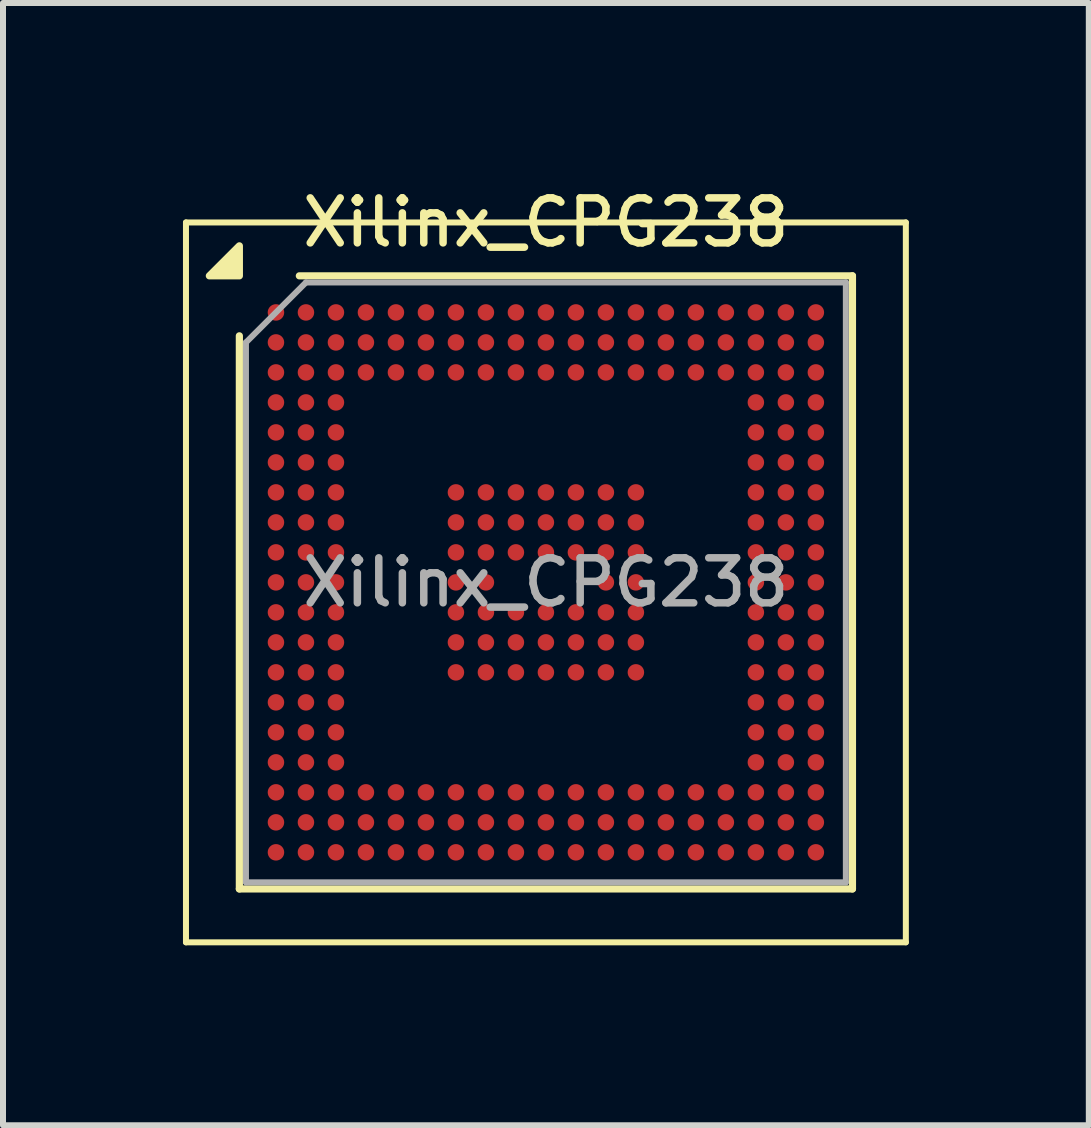
<source format=kicad_pcb>
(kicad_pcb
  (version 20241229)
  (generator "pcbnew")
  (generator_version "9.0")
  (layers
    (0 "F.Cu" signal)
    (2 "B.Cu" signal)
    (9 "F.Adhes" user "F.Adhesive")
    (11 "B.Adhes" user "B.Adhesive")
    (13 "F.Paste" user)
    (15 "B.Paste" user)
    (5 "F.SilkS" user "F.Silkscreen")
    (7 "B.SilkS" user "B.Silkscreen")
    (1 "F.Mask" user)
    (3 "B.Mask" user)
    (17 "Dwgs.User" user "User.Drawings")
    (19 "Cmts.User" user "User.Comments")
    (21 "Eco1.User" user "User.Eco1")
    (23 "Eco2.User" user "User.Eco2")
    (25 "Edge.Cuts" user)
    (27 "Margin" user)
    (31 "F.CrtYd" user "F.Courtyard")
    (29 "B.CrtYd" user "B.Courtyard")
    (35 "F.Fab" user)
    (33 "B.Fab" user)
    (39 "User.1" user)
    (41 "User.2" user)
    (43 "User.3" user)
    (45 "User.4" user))
  (footprint "Xilinx_CPG238"
    (layer "F.Cu")
    (at 6.05 6.658)
    (property "Reference" "Xilinx_CPG238" (at 0 -6 0) (layer "F.SilkS") (effects (font (size 0.75 0.75) (thickness 0.125))))
    (attr smd)
    (fp_line (start -6 -6) (end -6 6) (stroke (width 0.1) (type solid)) (layer "F.SilkS"))
    (fp_line (start -6 6) (end 6 6) (stroke (width 0.1) (type solid)) (layer "F.SilkS"))
    (fp_line (start -5.11 5.11) (end -5.11 -4.11) (stroke (width 0.12) (type solid)) (layer "F.SilkS"))
    (fp_line (start -4.11 -5.11) (end 5.11 -5.11) (stroke (width 0.12) (type solid)) (layer "F.SilkS"))
    (fp_line (start 5.11 -5.11) (end 5.11 5.11) (stroke (width 0.12) (type solid)) (layer "F.SilkS"))
    (fp_line (start 5.11 5.11) (end -5.11 5.11) (stroke (width 0.12) (type solid)) (layer "F.SilkS"))
    (fp_line (start 6 -6) (end -6 -6) (stroke (width 0.1) (type solid)) (layer "F.SilkS"))
    (fp_line (start 6 6) (end 6 -6) (stroke (width 0.1) (type solid)) (layer "F.SilkS"))
    (fp_poly (pts (xy -5.11 -5.11) (xy -5.61 -5.11) (xy -5.11 -5.61) (xy -5.11 -5.11)) (stroke (width 0.12) (type solid)) (fill yes) (layer "F.SilkS"))
    (fp_line (start -5 -4) (end -4 -5) (stroke (width 0.1) (type solid)) (layer "F.Fab"))
    (fp_line (start -5 5) (end -5 -4) (stroke (width 0.1) (type solid)) (layer "F.Fab"))
    (fp_line (start -4 -5) (end 5 -5) (stroke (width 0.1) (type solid)) (layer "F.Fab"))
    (fp_line (start 5 -5) (end 5 5) (stroke (width 0.1) (type solid)) (layer "F.Fab"))
    (fp_line (start 5 5) (end -5 5) (stroke (width 0.1) (type solid)) (layer "F.Fab"))
    (fp_text user "${REFERENCE}" (at 0 0 0) (layer "F.Fab") (effects (font (size 0.75 0.75) (thickness 0.125))))
    (pad "A1" smd circle (at -4.5 -4.5) (size 0.275 0.275) (property pad_prop_bga) (layers "F.Cu" "F.Mask" "F.Paste"))
    (pad "A2" smd circle (at -4 -4.5) (size 0.275 0.275) (property pad_prop_bga) (layers "F.Cu" "F.Mask" "F.Paste"))
    (pad "A3" smd circle (at -3.5 -4.5) (size 0.275 0.275) (property pad_prop_bga) (layers "F.Cu" "F.Mask" "F.Paste"))
    (pad "A4" smd circle (at -3 -4.5) (size 0.275 0.275) (property pad_prop_bga) (layers "F.Cu" "F.Mask" "F.Paste"))
    (pad "A5" smd circle (at -2.5 -4.5) (size 0.275 0.275) (property pad_prop_bga) (layers "F.Cu" "F.Mask" "F.Paste"))
    (pad "A6" smd circle (at -2 -4.5) (size 0.275 0.275) (property pad_prop_bga) (layers "F.Cu" "F.Mask" "F.Paste"))
    (pad "A7" smd circle (at -1.5 -4.5) (size 0.275 0.275) (property pad_prop_bga) (layers "F.Cu" "F.Mask" "F.Paste"))
    (pad "A8" smd circle (at -1 -4.5) (size 0.275 0.275) (property pad_prop_bga) (layers "F.Cu" "F.Mask" "F.Paste"))
    (pad "A9" smd circle (at -0.5 -4.5) (size 0.275 0.275) (property pad_prop_bga) (layers "F.Cu" "F.Mask" "F.Paste"))
    (pad "A10" smd circle (at 0 -4.5) (size 0.275 0.275) (property pad_prop_bga) (layers "F.Cu" "F.Mask" "F.Paste"))
    (pad "A11" smd circle (at 0.5 -4.5) (size 0.275 0.275) (property pad_prop_bga) (layers "F.Cu" "F.Mask" "F.Paste"))
    (pad "A12" smd circle (at 1 -4.5) (size 0.275 0.275) (property pad_prop_bga) (layers "F.Cu" "F.Mask" "F.Paste"))
    (pad "A13" smd circle (at 1.5 -4.5) (size 0.275 0.275) (property pad_prop_bga) (layers "F.Cu" "F.Mask" "F.Paste"))
    (pad "A14" smd circle (at 2 -4.5) (size 0.275 0.275) (property pad_prop_bga) (layers "F.Cu" "F.Mask" "F.Paste"))
    (pad "A15" smd circle (at 2.5 -4.5) (size 0.275 0.275) (property pad_prop_bga) (layers "F.Cu" "F.Mask" "F.Paste"))
    (pad "A16" smd circle (at 3 -4.5) (size 0.275 0.275) (property pad_prop_bga) (layers "F.Cu" "F.Mask" "F.Paste"))
    (pad "A17" smd circle (at 3.5 -4.5) (size 0.275 0.275) (property pad_prop_bga) (layers "F.Cu" "F.Mask" "F.Paste"))
    (pad "A18" smd circle (at 4 -4.5) (size 0.275 0.275) (property pad_prop_bga) (layers "F.Cu" "F.Mask" "F.Paste"))
    (pad "A19" smd circle (at 4.5 -4.5) (size 0.275 0.275) (property pad_prop_bga) (layers "F.Cu" "F.Mask" "F.Paste"))
    (pad "B1" smd circle (at -4.5 -4) (size 0.275 0.275) (property pad_prop_bga) (layers "F.Cu" "F.Mask" "F.Paste"))
    (pad "B2" smd circle (at -4 -4) (size 0.275 0.275) (property pad_prop_bga) (layers "F.Cu" "F.Mask" "F.Paste"))
    (pad "B3" smd circle (at -3.5 -4) (size 0.275 0.275) (property pad_prop_bga) (layers "F.Cu" "F.Mask" "F.Paste"))
    (pad "B4" smd circle (at -3 -4) (size 0.275 0.275) (property pad_prop_bga) (layers "F.Cu" "F.Mask" "F.Paste"))
    (pad "B5" smd circle (at -2.5 -4) (size 0.275 0.275) (property pad_prop_bga) (layers "F.Cu" "F.Mask" "F.Paste"))
    (pad "B6" smd circle (at -2 -4) (size 0.275 0.275) (property pad_prop_bga) (layers "F.Cu" "F.Mask" "F.Paste"))
    (pad "B7" smd circle (at -1.5 -4) (size 0.275 0.275) (property pad_prop_bga) (layers "F.Cu" "F.Mask" "F.Paste"))
    (pad "B8" smd circle (at -1 -4) (size 0.275 0.275) (property pad_prop_bga) (layers "F.Cu" "F.Mask" "F.Paste"))
    (pad "B9" smd circle (at -0.5 -4) (size 0.275 0.275) (property pad_prop_bga) (layers "F.Cu" "F.Mask" "F.Paste"))
    (pad "B10" smd circle (at 0 -4) (size 0.275 0.275) (property pad_prop_bga) (layers "F.Cu" "F.Mask" "F.Paste"))
    (pad "B11" smd circle (at 0.5 -4) (size 0.275 0.275) (property pad_prop_bga) (layers "F.Cu" "F.Mask" "F.Paste"))
    (pad "B12" smd circle (at 1 -4) (size 0.275 0.275) (property pad_prop_bga) (layers "F.Cu" "F.Mask" "F.Paste"))
    (pad "B13" smd circle (at 1.5 -4) (size 0.275 0.275) (property pad_prop_bga) (layers "F.Cu" "F.Mask" "F.Paste"))
    (pad "B14" smd circle (at 2 -4) (size 0.275 0.275) (property pad_prop_bga) (layers "F.Cu" "F.Mask" "F.Paste"))
    (pad "B15" smd circle (at 2.5 -4) (size 0.275 0.275) (property pad_prop_bga) (layers "F.Cu" "F.Mask" "F.Paste"))
    (pad "B16" smd circle (at 3 -4) (size 0.275 0.275) (property pad_prop_bga) (layers "F.Cu" "F.Mask" "F.Paste"))
    (pad "B17" smd circle (at 3.5 -4) (size 0.275 0.275) (property pad_prop_bga) (layers "F.Cu" "F.Mask" "F.Paste"))
    (pad "B18" smd circle (at 4 -4) (size 0.275 0.275) (property pad_prop_bga) (layers "F.Cu" "F.Mask" "F.Paste"))
    (pad "B19" smd circle (at 4.5 -4) (size 0.275 0.275) (property pad_prop_bga) (layers "F.Cu" "F.Mask" "F.Paste"))
    (pad "C1" smd circle (at -4.5 -3.5) (size 0.275 0.275) (property pad_prop_bga) (layers "F.Cu" "F.Mask" "F.Paste"))
    (pad "C2" smd circle (at -4 -3.5) (size 0.275 0.275) (property pad_prop_bga) (layers "F.Cu" "F.Mask" "F.Paste"))
    (pad "C3" smd circle (at -3.5 -3.5) (size 0.275 0.275) (property pad_prop_bga) (layers "F.Cu" "F.Mask" "F.Paste"))
    (pad "C4" smd circle (at -3 -3.5) (size 0.275 0.275) (property pad_prop_bga) (layers "F.Cu" "F.Mask" "F.Paste"))
    (pad "C5" smd circle (at -2.5 -3.5) (size 0.275 0.275) (property pad_prop_bga) (layers "F.Cu" "F.Mask" "F.Paste"))
    (pad "C6" smd circle (at -2 -3.5) (size 0.275 0.275) (property pad_prop_bga) (layers "F.Cu" "F.Mask" "F.Paste"))
    (pad "C7" smd circle (at -1.5 -3.5) (size 0.275 0.275) (property pad_prop_bga) (layers "F.Cu" "F.Mask" "F.Paste"))
    (pad "C8" smd circle (at -1 -3.5) (size 0.275 0.275) (property pad_prop_bga) (layers "F.Cu" "F.Mask" "F.Paste"))
    (pad "C9" smd circle (at -0.5 -3.5) (size 0.275 0.275) (property pad_prop_bga) (layers "F.Cu" "F.Mask" "F.Paste"))
    (pad "C10" smd circle (at 0 -3.5) (size 0.275 0.275) (property pad_prop_bga) (layers "F.Cu" "F.Mask" "F.Paste"))
    (pad "C11" smd circle (at 0.5 -3.5) (size 0.275 0.275) (property pad_prop_bga) (layers "F.Cu" "F.Mask" "F.Paste"))
    (pad "C12" smd circle (at 1 -3.5) (size 0.275 0.275) (property pad_prop_bga) (layers "F.Cu" "F.Mask" "F.Paste"))
    (pad "C13" smd circle (at 1.5 -3.5) (size 0.275 0.275) (property pad_prop_bga) (layers "F.Cu" "F.Mask" "F.Paste"))
    (pad "C14" smd circle (at 2 -3.5) (size 0.275 0.275) (property pad_prop_bga) (layers "F.Cu" "F.Mask" "F.Paste"))
    (pad "C15" smd circle (at 2.5 -3.5) (size 0.275 0.275) (property pad_prop_bga) (layers "F.Cu" "F.Mask" "F.Paste"))
    (pad "C16" smd circle (at 3 -3.5) (size 0.275 0.275) (property pad_prop_bga) (layers "F.Cu" "F.Mask" "F.Paste"))
    (pad "C17" smd circle (at 3.5 -3.5) (size 0.275 0.275) (property pad_prop_bga) (layers "F.Cu" "F.Mask" "F.Paste"))
    (pad "C18" smd circle (at 4 -3.5) (size 0.275 0.275) (property pad_prop_bga) (layers "F.Cu" "F.Mask" "F.Paste"))
    (pad "C19" smd circle (at 4.5 -3.5) (size 0.275 0.275) (property pad_prop_bga) (layers "F.Cu" "F.Mask" "F.Paste"))
    (pad "D1" smd circle (at -4.5 -3) (size 0.275 0.275) (property pad_prop_bga) (layers "F.Cu" "F.Mask" "F.Paste"))
    (pad "D2" smd circle (at -4 -3) (size 0.275 0.275) (property pad_prop_bga) (layers "F.Cu" "F.Mask" "F.Paste"))
    (pad "D3" smd circle (at -3.5 -3) (size 0.275 0.275) (property pad_prop_bga) (layers "F.Cu" "F.Mask" "F.Paste"))
    (pad "D17" smd circle (at 3.5 -3) (size 0.275 0.275) (property pad_prop_bga) (layers "F.Cu" "F.Mask" "F.Paste"))
    (pad "D18" smd circle (at 4 -3) (size 0.275 0.275) (property pad_prop_bga) (layers "F.Cu" "F.Mask" "F.Paste"))
    (pad "D19" smd circle (at 4.5 -3) (size 0.275 0.275) (property pad_prop_bga) (layers "F.Cu" "F.Mask" "F.Paste"))
    (pad "E1" smd circle (at -4.5 -2.5) (size 0.275 0.275) (property pad_prop_bga) (layers "F.Cu" "F.Mask" "F.Paste"))
    (pad "E2" smd circle (at -4 -2.5) (size 0.275 0.275) (property pad_prop_bga) (layers "F.Cu" "F.Mask" "F.Paste"))
    (pad "E3" smd circle (at -3.5 -2.5) (size 0.275 0.275) (property pad_prop_bga) (layers "F.Cu" "F.Mask" "F.Paste"))
    (pad "E17" smd circle (at 3.5 -2.5) (size 0.275 0.275) (property pad_prop_bga) (layers "F.Cu" "F.Mask" "F.Paste"))
    (pad "E18" smd circle (at 4 -2.5) (size 0.275 0.275) (property pad_prop_bga) (layers "F.Cu" "F.Mask" "F.Paste"))
    (pad "E19" smd circle (at 4.5 -2.5) (size 0.275 0.275) (property pad_prop_bga) (layers "F.Cu" "F.Mask" "F.Paste"))
    (pad "F1" smd circle (at -4.5 -2) (size 0.275 0.275) (property pad_prop_bga) (layers "F.Cu" "F.Mask" "F.Paste"))
    (pad "F2" smd circle (at -4 -2) (size 0.275 0.275) (property pad_prop_bga) (layers "F.Cu" "F.Mask" "F.Paste"))
    (pad "F3" smd circle (at -3.5 -2) (size 0.275 0.275) (property pad_prop_bga) (layers "F.Cu" "F.Mask" "F.Paste"))
    (pad "F17" smd circle (at 3.5 -2) (size 0.275 0.275) (property pad_prop_bga) (layers "F.Cu" "F.Mask" "F.Paste"))
    (pad "F18" smd circle (at 4 -2) (size 0.275 0.275) (property pad_prop_bga) (layers "F.Cu" "F.Mask" "F.Paste"))
    (pad "F19" smd circle (at 4.5 -2) (size 0.275 0.275) (property pad_prop_bga) (layers "F.Cu" "F.Mask" "F.Paste"))
    (pad "G1" smd circle (at -4.5 -1.5) (size 0.275 0.275) (property pad_prop_bga) (layers "F.Cu" "F.Mask" "F.Paste"))
    (pad "G2" smd circle (at -4 -1.5) (size 0.275 0.275) (property pad_prop_bga) (layers "F.Cu" "F.Mask" "F.Paste"))
    (pad "G3" smd circle (at -3.5 -1.5) (size 0.275 0.275) (property pad_prop_bga) (layers "F.Cu" "F.Mask" "F.Paste"))
    (pad "G7" smd circle (at -1.5 -1.5) (size 0.275 0.275) (property pad_prop_bga) (layers "F.Cu" "F.Mask" "F.Paste"))
    (pad "G8" smd circle (at -1 -1.5) (size 0.275 0.275) (property pad_prop_bga) (layers "F.Cu" "F.Mask" "F.Paste"))
    (pad "G9" smd circle (at -0.5 -1.5) (size 0.275 0.275) (property pad_prop_bga) (layers "F.Cu" "F.Mask" "F.Paste"))
    (pad "G10" smd circle (at 0 -1.5) (size 0.275 0.275) (property pad_prop_bga) (layers "F.Cu" "F.Mask" "F.Paste"))
    (pad "G11" smd circle (at 0.5 -1.5) (size 0.275 0.275) (property pad_prop_bga) (layers "F.Cu" "F.Mask" "F.Paste"))
    (pad "G12" smd circle (at 1 -1.5) (size 0.275 0.275) (property pad_prop_bga) (layers "F.Cu" "F.Mask" "F.Paste"))
    (pad "G13" smd circle (at 1.5 -1.5) (size 0.275 0.275) (property pad_prop_bga) (layers "F.Cu" "F.Mask" "F.Paste"))
    (pad "G17" smd circle (at 3.5 -1.5) (size 0.275 0.275) (property pad_prop_bga) (layers "F.Cu" "F.Mask" "F.Paste"))
    (pad "G18" smd circle (at 4 -1.5) (size 0.275 0.275) (property pad_prop_bga) (layers "F.Cu" "F.Mask" "F.Paste"))
    (pad "G19" smd circle (at 4.5 -1.5) (size 0.275 0.275) (property pad_prop_bga) (layers "F.Cu" "F.Mask" "F.Paste"))
    (pad "H1" smd circle (at -4.5 -1) (size 0.275 0.275) (property pad_prop_bga) (layers "F.Cu" "F.Mask" "F.Paste"))
    (pad "H2" smd circle (at -4 -1) (size 0.275 0.275) (property pad_prop_bga) (layers "F.Cu" "F.Mask" "F.Paste"))
    (pad "H3" smd circle (at -3.5 -1) (size 0.275 0.275) (property pad_prop_bga) (layers "F.Cu" "F.Mask" "F.Paste"))
    (pad "H7" smd circle (at -1.5 -1) (size 0.275 0.275) (property pad_prop_bga) (layers "F.Cu" "F.Mask" "F.Paste"))
    (pad "H8" smd circle (at -1 -1) (size 0.275 0.275) (property pad_prop_bga) (layers "F.Cu" "F.Mask" "F.Paste"))
    (pad "H9" smd circle (at -0.5 -1) (size 0.275 0.275) (property pad_prop_bga) (layers "F.Cu" "F.Mask" "F.Paste"))
    (pad "H10" smd circle (at 0 -1) (size 0.275 0.275) (property pad_prop_bga) (layers "F.Cu" "F.Mask" "F.Paste"))
    (pad "H11" smd circle (at 0.5 -1) (size 0.275 0.275) (property pad_prop_bga) (layers "F.Cu" "F.Mask" "F.Paste"))
    (pad "H12" smd circle (at 1 -1) (size 0.275 0.275) (property pad_prop_bga) (layers "F.Cu" "F.Mask" "F.Paste"))
    (pad "H13" smd circle (at 1.5 -1) (size 0.275 0.275) (property pad_prop_bga) (layers "F.Cu" "F.Mask" "F.Paste"))
    (pad "H17" smd circle (at 3.5 -1) (size 0.275 0.275) (property pad_prop_bga) (layers "F.Cu" "F.Mask" "F.Paste"))
    (pad "H18" smd circle (at 4 -1) (size 0.275 0.275) (property pad_prop_bga) (layers "F.Cu" "F.Mask" "F.Paste"))
    (pad "H19" smd circle (at 4.5 -1) (size 0.275 0.275) (property pad_prop_bga) (layers "F.Cu" "F.Mask" "F.Paste"))
    (pad "J1" smd circle (at -4.5 -0.5) (size 0.275 0.275) (property pad_prop_bga) (layers "F.Cu" "F.Mask" "F.Paste"))
    (pad "J2" smd circle (at -4 -0.5) (size 0.275 0.275) (property pad_prop_bga) (layers "F.Cu" "F.Mask" "F.Paste"))
    (pad "J3" smd circle (at -3.5 -0.5) (size 0.275 0.275) (property pad_prop_bga) (layers "F.Cu" "F.Mask" "F.Paste"))
    (pad "J7" smd circle (at -1.5 -0.5) (size 0.275 0.275) (property pad_prop_bga) (layers "F.Cu" "F.Mask" "F.Paste"))
    (pad "J8" smd circle (at -1 -0.5) (size 0.275 0.275) (property pad_prop_bga) (layers "F.Cu" "F.Mask" "F.Paste"))
    (pad "J9" smd circle (at -0.5 -0.5) (size 0.275 0.275) (property pad_prop_bga) (layers "F.Cu" "F.Mask" "F.Paste"))
    (pad "J10" smd circle (at 0 -0.5) (size 0.275 0.275) (property pad_prop_bga) (layers "F.Cu" "F.Mask" "F.Paste"))
    (pad "J11" smd circle (at 0.5 -0.5) (size 0.275 0.275) (property pad_prop_bga) (layers "F.Cu" "F.Mask" "F.Paste"))
    (pad "J12" smd circle (at 1 -0.5) (size 0.275 0.275) (property pad_prop_bga) (layers "F.Cu" "F.Mask" "F.Paste"))
    (pad "J13" smd circle (at 1.5 -0.5) (size 0.275 0.275) (property pad_prop_bga) (layers "F.Cu" "F.Mask" "F.Paste"))
    (pad "J17" smd circle (at 3.5 -0.5) (size 0.275 0.275) (property pad_prop_bga) (layers "F.Cu" "F.Mask" "F.Paste"))
    (pad "J18" smd circle (at 4 -0.5) (size 0.275 0.275) (property pad_prop_bga) (layers "F.Cu" "F.Mask" "F.Paste"))
    (pad "J19" smd circle (at 4.5 -0.5) (size 0.275 0.275) (property pad_prop_bga) (layers "F.Cu" "F.Mask" "F.Paste"))
    (pad "K1" smd circle (at -4.5 0) (size 0.275 0.275) (property pad_prop_bga) (layers "F.Cu" "F.Mask" "F.Paste"))
    (pad "K2" smd circle (at -4 0) (size 0.275 0.275) (property pad_prop_bga) (layers "F.Cu" "F.Mask" "F.Paste"))
    (pad "K3" smd circle (at -3.5 0) (size 0.275 0.275) (property pad_prop_bga) (layers "F.Cu" "F.Mask" "F.Paste"))
    (pad "K7" smd circle (at -1.5 0) (size 0.275 0.275) (property pad_prop_bga) (layers "F.Cu" "F.Mask" "F.Paste"))
    (pad "K8" smd circle (at -1 0) (size 0.275 0.275) (property pad_prop_bga) (layers "F.Cu" "F.Mask" "F.Paste"))
    (pad "K12" smd circle (at 1 0) (size 0.275 0.275) (property pad_prop_bga) (layers "F.Cu" "F.Mask" "F.Paste"))
    (pad "K13" smd circle (at 1.5 0) (size 0.275 0.275) (property pad_prop_bga) (layers "F.Cu" "F.Mask" "F.Paste"))
    (pad "K17" smd circle (at 3.5 0) (size 0.275 0.275) (property pad_prop_bga) (layers "F.Cu" "F.Mask" "F.Paste"))
    (pad "K18" smd circle (at 4 0) (size 0.275 0.275) (property pad_prop_bga) (layers "F.Cu" "F.Mask" "F.Paste"))
    (pad "K19" smd circle (at 4.5 0) (size 0.275 0.275) (property pad_prop_bga) (layers "F.Cu" "F.Mask" "F.Paste"))
    (pad "L1" smd circle (at -4.5 0.5) (size 0.275 0.275) (property pad_prop_bga) (layers "F.Cu" "F.Mask" "F.Paste"))
    (pad "L2" smd circle (at -4 0.5) (size 0.275 0.275) (property pad_prop_bga) (layers "F.Cu" "F.Mask" "F.Paste"))
    (pad "L3" smd circle (at -3.5 0.5) (size 0.275 0.275) (property pad_prop_bga) (layers "F.Cu" "F.Mask" "F.Paste"))
    (pad "L7" smd circle (at -1.5 0.5) (size 0.275 0.275) (property pad_prop_bga) (layers "F.Cu" "F.Mask" "F.Paste"))
    (pad "L8" smd circle (at -1 0.5) (size 0.275 0.275) (property pad_prop_bga) (layers "F.Cu" "F.Mask" "F.Paste"))
    (pad "L9" smd circle (at -0.5 0.5) (size 0.275 0.275) (property pad_prop_bga) (layers "F.Cu" "F.Mask" "F.Paste"))
    (pad "L10" smd circle (at 0 0.5) (size 0.275 0.275) (property pad_prop_bga) (layers "F.Cu" "F.Mask" "F.Paste"))
    (pad "L11" smd circle (at 0.5 0.5) (size 0.275 0.275) (property pad_prop_bga) (layers "F.Cu" "F.Mask" "F.Paste"))
    (pad "L12" smd circle (at 1 0.5) (size 0.275 0.275) (property pad_prop_bga) (layers "F.Cu" "F.Mask" "F.Paste"))
    (pad "L13" smd circle (at 1.5 0.5) (size 0.275 0.275) (property pad_prop_bga) (layers "F.Cu" "F.Mask" "F.Paste"))
    (pad "L17" smd circle (at 3.5 0.5) (size 0.275 0.275) (property pad_prop_bga) (layers "F.Cu" "F.Mask" "F.Paste"))
    (pad "L18" smd circle (at 4 0.5) (size 0.275 0.275) (property pad_prop_bga) (layers "F.Cu" "F.Mask" "F.Paste"))
    (pad "L19" smd circle (at 4.5 0.5) (size 0.275 0.275) (property pad_prop_bga) (layers "F.Cu" "F.Mask" "F.Paste"))
    (pad "M1" smd circle (at -4.5 1) (size 0.275 0.275) (property pad_prop_bga) (layers "F.Cu" "F.Mask" "F.Paste"))
    (pad "M2" smd circle (at -4 1) (size 0.275 0.275) (property pad_prop_bga) (layers "F.Cu" "F.Mask" "F.Paste"))
    (pad "M3" smd circle (at -3.5 1) (size 0.275 0.275) (property pad_prop_bga) (layers "F.Cu" "F.Mask" "F.Paste"))
    (pad "M7" smd circle (at -1.5 1) (size 0.275 0.275) (property pad_prop_bga) (layers "F.Cu" "F.Mask" "F.Paste"))
    (pad "M8" smd circle (at -1 1) (size 0.275 0.275) (property pad_prop_bga) (layers "F.Cu" "F.Mask" "F.Paste"))
    (pad "M9" smd circle (at -0.5 1) (size 0.275 0.275) (property pad_prop_bga) (layers "F.Cu" "F.Mask" "F.Paste"))
    (pad "M10" smd circle (at 0 1) (size 0.275 0.275) (property pad_prop_bga) (layers "F.Cu" "F.Mask" "F.Paste"))
    (pad "M11" smd circle (at 0.5 1) (size 0.275 0.275) (property pad_prop_bga) (layers "F.Cu" "F.Mask" "F.Paste"))
    (pad "M12" smd circle (at 1 1) (size 0.275 0.275) (property pad_prop_bga) (layers "F.Cu" "F.Mask" "F.Paste"))
    (pad "M13" smd circle (at 1.5 1) (size 0.275 0.275) (property pad_prop_bga) (layers "F.Cu" "F.Mask" "F.Paste"))
    (pad "M17" smd circle (at 3.5 1) (size 0.275 0.275) (property pad_prop_bga) (layers "F.Cu" "F.Mask" "F.Paste"))
    (pad "M18" smd circle (at 4 1) (size 0.275 0.275) (property pad_prop_bga) (layers "F.Cu" "F.Mask" "F.Paste"))
    (pad "M19" smd circle (at 4.5 1) (size 0.275 0.275) (property pad_prop_bga) (layers "F.Cu" "F.Mask" "F.Paste"))
    (pad "N1" smd circle (at -4.5 1.5) (size 0.275 0.275) (property pad_prop_bga) (layers "F.Cu" "F.Mask" "F.Paste"))
    (pad "N2" smd circle (at -4 1.5) (size 0.275 0.275) (property pad_prop_bga) (layers "F.Cu" "F.Mask" "F.Paste"))
    (pad "N3" smd circle (at -3.5 1.5) (size 0.275 0.275) (property pad_prop_bga) (layers "F.Cu" "F.Mask" "F.Paste"))
    (pad "N7" smd circle (at -1.5 1.5) (size 0.275 0.275) (property pad_prop_bga) (layers "F.Cu" "F.Mask" "F.Paste"))
    (pad "N8" smd circle (at -1 1.5) (size 0.275 0.275) (property pad_prop_bga) (layers "F.Cu" "F.Mask" "F.Paste"))
    (pad "N9" smd circle (at -0.5 1.5) (size 0.275 0.275) (property pad_prop_bga) (layers "F.Cu" "F.Mask" "F.Paste"))
    (pad "N10" smd circle (at 0 1.5) (size 0.275 0.275) (property pad_prop_bga) (layers "F.Cu" "F.Mask" "F.Paste"))
    (pad "N11" smd circle (at 0.5 1.5) (size 0.275 0.275) (property pad_prop_bga) (layers "F.Cu" "F.Mask" "F.Paste"))
    (pad "N12" smd circle (at 1 1.5) (size 0.275 0.275) (property pad_prop_bga) (layers "F.Cu" "F.Mask" "F.Paste"))
    (pad "N13" smd circle (at 1.5 1.5) (size 0.275 0.275) (property pad_prop_bga) (layers "F.Cu" "F.Mask" "F.Paste"))
    (pad "N17" smd circle (at 3.5 1.5) (size 0.275 0.275) (property pad_prop_bga) (layers "F.Cu" "F.Mask" "F.Paste"))
    (pad "N18" smd circle (at 4 1.5) (size 0.275 0.275) (property pad_prop_bga) (layers "F.Cu" "F.Mask" "F.Paste"))
    (pad "N19" smd circle (at 4.5 1.5) (size 0.275 0.275) (property pad_prop_bga) (layers "F.Cu" "F.Mask" "F.Paste"))
    (pad "P1" smd circle (at -4.5 2) (size 0.275 0.275) (property pad_prop_bga) (layers "F.Cu" "F.Mask" "F.Paste"))
    (pad "P2" smd circle (at -4 2) (size 0.275 0.275) (property pad_prop_bga) (layers "F.Cu" "F.Mask" "F.Paste"))
    (pad "P3" smd circle (at -3.5 2) (size 0.275 0.275) (property pad_prop_bga) (layers "F.Cu" "F.Mask" "F.Paste"))
    (pad "P17" smd circle (at 3.5 2) (size 0.275 0.275) (property pad_prop_bga) (layers "F.Cu" "F.Mask" "F.Paste"))
    (pad "P18" smd circle (at 4 2) (size 0.275 0.275) (property pad_prop_bga) (layers "F.Cu" "F.Mask" "F.Paste"))
    (pad "P19" smd circle (at 4.5 2) (size 0.275 0.275) (property pad_prop_bga) (layers "F.Cu" "F.Mask" "F.Paste"))
    (pad "R1" smd circle (at -4.5 2.5) (size 0.275 0.275) (property pad_prop_bga) (layers "F.Cu" "F.Mask" "F.Paste"))
    (pad "R2" smd circle (at -4 2.5) (size 0.275 0.275) (property pad_prop_bga) (layers "F.Cu" "F.Mask" "F.Paste"))
    (pad "R3" smd circle (at -3.5 2.5) (size 0.275 0.275) (property pad_prop_bga) (layers "F.Cu" "F.Mask" "F.Paste"))
    (pad "R17" smd circle (at 3.5 2.5) (size 0.275 0.275) (property pad_prop_bga) (layers "F.Cu" "F.Mask" "F.Paste"))
    (pad "R18" smd circle (at 4 2.5) (size 0.275 0.275) (property pad_prop_bga) (layers "F.Cu" "F.Mask" "F.Paste"))
    (pad "R19" smd circle (at 4.5 2.5) (size 0.275 0.275) (property pad_prop_bga) (layers "F.Cu" "F.Mask" "F.Paste"))
    (pad "T1" smd circle (at -4.5 3) (size 0.275 0.275) (property pad_prop_bga) (layers "F.Cu" "F.Mask" "F.Paste"))
    (pad "T2" smd circle (at -4 3) (size 0.275 0.275) (property pad_prop_bga) (layers "F.Cu" "F.Mask" "F.Paste"))
    (pad "T3" smd circle (at -3.5 3) (size 0.275 0.275) (property pad_prop_bga) (layers "F.Cu" "F.Mask" "F.Paste"))
    (pad "T17" smd circle (at 3.5 3) (size 0.275 0.275) (property pad_prop_bga) (layers "F.Cu" "F.Mask" "F.Paste"))
    (pad "T18" smd circle (at 4 3) (size 0.275 0.275) (property pad_prop_bga) (layers "F.Cu" "F.Mask" "F.Paste"))
    (pad "T19" smd circle (at 4.5 3) (size 0.275 0.275) (property pad_prop_bga) (layers "F.Cu" "F.Mask" "F.Paste"))
    (pad "U1" smd circle (at -4.5 3.5) (size 0.275 0.275) (property pad_prop_bga) (layers "F.Cu" "F.Mask" "F.Paste"))
    (pad "U2" smd circle (at -4 3.5) (size 0.275 0.275) (property pad_prop_bga) (layers "F.Cu" "F.Mask" "F.Paste"))
    (pad "U3" smd circle (at -3.5 3.5) (size 0.275 0.275) (property pad_prop_bga) (layers "F.Cu" "F.Mask" "F.Paste"))
    (pad "U4" smd circle (at -3 3.5) (size 0.275 0.275) (property pad_prop_bga) (layers "F.Cu" "F.Mask" "F.Paste"))
    (pad "U5" smd circle (at -2.5 3.5) (size 0.275 0.275) (property pad_prop_bga) (layers "F.Cu" "F.Mask" "F.Paste"))
    (pad "U6" smd circle (at -2 3.5) (size 0.275 0.275) (property pad_prop_bga) (layers "F.Cu" "F.Mask" "F.Paste"))
    (pad "U7" smd circle (at -1.5 3.5) (size 0.275 0.275) (property pad_prop_bga) (layers "F.Cu" "F.Mask" "F.Paste"))
    (pad "U8" smd circle (at -1 3.5) (size 0.275 0.275) (property pad_prop_bga) (layers "F.Cu" "F.Mask" "F.Paste"))
    (pad "U9" smd circle (at -0.5 3.5) (size 0.275 0.275) (property pad_prop_bga) (layers "F.Cu" "F.Mask" "F.Paste"))
    (pad "U10" smd circle (at 0 3.5) (size 0.275 0.275) (property pad_prop_bga) (layers "F.Cu" "F.Mask" "F.Paste"))
    (pad "U11" smd circle (at 0.5 3.5) (size 0.275 0.275) (property pad_prop_bga) (layers "F.Cu" "F.Mask" "F.Paste"))
    (pad "U12" smd circle (at 1 3.5) (size 0.275 0.275) (property pad_prop_bga) (layers "F.Cu" "F.Mask" "F.Paste"))
    (pad "U13" smd circle (at 1.5 3.5) (size 0.275 0.275) (property pad_prop_bga) (layers "F.Cu" "F.Mask" "F.Paste"))
    (pad "U14" smd circle (at 2 3.5) (size 0.275 0.275) (property pad_prop_bga) (layers "F.Cu" "F.Mask" "F.Paste"))
    (pad "U15" smd circle (at 2.5 3.5) (size 0.275 0.275) (property pad_prop_bga) (layers "F.Cu" "F.Mask" "F.Paste"))
    (pad "U16" smd circle (at 3 3.5) (size 0.275 0.275) (property pad_prop_bga) (layers "F.Cu" "F.Mask" "F.Paste"))
    (pad "U17" smd circle (at 3.5 3.5) (size 0.275 0.275) (property pad_prop_bga) (layers "F.Cu" "F.Mask" "F.Paste"))
    (pad "U18" smd circle (at 4 3.5) (size 0.275 0.275) (property pad_prop_bga) (layers "F.Cu" "F.Mask" "F.Paste"))
    (pad "U19" smd circle (at 4.5 3.5) (size 0.275 0.275) (property pad_prop_bga) (layers "F.Cu" "F.Mask" "F.Paste"))
    (pad "V1" smd circle (at -4.5 4) (size 0.275 0.275) (property pad_prop_bga) (layers "F.Cu" "F.Mask" "F.Paste"))
    (pad "V2" smd circle (at -4 4) (size 0.275 0.275) (property pad_prop_bga) (layers "F.Cu" "F.Mask" "F.Paste"))
    (pad "V3" smd circle (at -3.5 4) (size 0.275 0.275) (property pad_prop_bga) (layers "F.Cu" "F.Mask" "F.Paste"))
    (pad "V4" smd circle (at -3 4) (size 0.275 0.275) (property pad_prop_bga) (layers "F.Cu" "F.Mask" "F.Paste"))
    (pad "V5" smd circle (at -2.5 4) (size 0.275 0.275) (property pad_prop_bga) (layers "F.Cu" "F.Mask" "F.Paste"))
    (pad "V6" smd circle (at -2 4) (size 0.275 0.275) (property pad_prop_bga) (layers "F.Cu" "F.Mask" "F.Paste"))
    (pad "V7" smd circle (at -1.5 4) (size 0.275 0.275) (property pad_prop_bga) (layers "F.Cu" "F.Mask" "F.Paste"))
    (pad "V8" smd circle (at -1 4) (size 0.275 0.275) (property pad_prop_bga) (layers "F.Cu" "F.Mask" "F.Paste"))
    (pad "V9" smd circle (at -0.5 4) (size 0.275 0.275) (property pad_prop_bga) (layers "F.Cu" "F.Mask" "F.Paste"))
    (pad "V10" smd circle (at 0 4) (size 0.275 0.275) (property pad_prop_bga) (layers "F.Cu" "F.Mask" "F.Paste"))
    (pad "V11" smd circle (at 0.5 4) (size 0.275 0.275) (property pad_prop_bga) (layers "F.Cu" "F.Mask" "F.Paste"))
    (pad "V12" smd circle (at 1 4) (size 0.275 0.275) (property pad_prop_bga) (layers "F.Cu" "F.Mask" "F.Paste"))
    (pad "V13" smd circle (at 1.5 4) (size 0.275 0.275) (property pad_prop_bga) (layers "F.Cu" "F.Mask" "F.Paste"))
    (pad "V14" smd circle (at 2 4) (size 0.275 0.275) (property pad_prop_bga) (layers "F.Cu" "F.Mask" "F.Paste"))
    (pad "V15" smd circle (at 2.5 4) (size 0.275 0.275) (property pad_prop_bga) (layers "F.Cu" "F.Mask" "F.Paste"))
    (pad "V16" smd circle (at 3 4) (size 0.275 0.275) (property pad_prop_bga) (layers "F.Cu" "F.Mask" "F.Paste"))
    (pad "V17" smd circle (at 3.5 4) (size 0.275 0.275) (property pad_prop_bga) (layers "F.Cu" "F.Mask" "F.Paste"))
    (pad "V18" smd circle (at 4 4) (size 0.275 0.275) (property pad_prop_bga) (layers "F.Cu" "F.Mask" "F.Paste"))
    (pad "V19" smd circle (at 4.5 4) (size 0.275 0.275) (property pad_prop_bga) (layers "F.Cu" "F.Mask" "F.Paste"))
    (pad "W1" smd circle (at -4.5 4.5) (size 0.275 0.275) (property pad_prop_bga) (layers "F.Cu" "F.Mask" "F.Paste"))
    (pad "W2" smd circle (at -4 4.5) (size 0.275 0.275) (property pad_prop_bga) (layers "F.Cu" "F.Mask" "F.Paste"))
    (pad "W3" smd circle (at -3.5 4.5) (size 0.275 0.275) (property pad_prop_bga) (layers "F.Cu" "F.Mask" "F.Paste"))
    (pad "W4" smd circle (at -3 4.5) (size 0.275 0.275) (property pad_prop_bga) (layers "F.Cu" "F.Mask" "F.Paste"))
    (pad "W5" smd circle (at -2.5 4.5) (size 0.275 0.275) (property pad_prop_bga) (layers "F.Cu" "F.Mask" "F.Paste"))
    (pad "W6" smd circle (at -2 4.5) (size 0.275 0.275) (property pad_prop_bga) (layers "F.Cu" "F.Mask" "F.Paste"))
    (pad "W7" smd circle (at -1.5 4.5) (size 0.275 0.275) (property pad_prop_bga) (layers "F.Cu" "F.Mask" "F.Paste"))
    (pad "W8" smd circle (at -1 4.5) (size 0.275 0.275) (property pad_prop_bga) (layers "F.Cu" "F.Mask" "F.Paste"))
    (pad "W9" smd circle (at -0.5 4.5) (size 0.275 0.275) (property pad_prop_bga) (layers "F.Cu" "F.Mask" "F.Paste"))
    (pad "W10" smd circle (at 0 4.5) (size 0.275 0.275) (property pad_prop_bga) (layers "F.Cu" "F.Mask" "F.Paste"))
    (pad "W11" smd circle (at 0.5 4.5) (size 0.275 0.275) (property pad_prop_bga) (layers "F.Cu" "F.Mask" "F.Paste"))
    (pad "W12" smd circle (at 1 4.5) (size 0.275 0.275) (property pad_prop_bga) (layers "F.Cu" "F.Mask" "F.Paste"))
    (pad "W13" smd circle (at 1.5 4.5) (size 0.275 0.275) (property pad_prop_bga) (layers "F.Cu" "F.Mask" "F.Paste"))
    (pad "W14" smd circle (at 2 4.5) (size 0.275 0.275) (property pad_prop_bga) (layers "F.Cu" "F.Mask" "F.Paste"))
    (pad "W15" smd circle (at 2.5 4.5) (size 0.275 0.275) (property pad_prop_bga) (layers "F.Cu" "F.Mask" "F.Paste"))
    (pad "W16" smd circle (at 3 4.5) (size 0.275 0.275) (property pad_prop_bga) (layers "F.Cu" "F.Mask" "F.Paste"))
    (pad "W17" smd circle (at 3.5 4.5) (size 0.275 0.275) (property pad_prop_bga) (layers "F.Cu" "F.Mask" "F.Paste"))
    (pad "W18" smd circle (at 4 4.5) (size 0.275 0.275) (property pad_prop_bga) (layers "F.Cu" "F.Mask" "F.Paste"))
    (pad "W19" smd circle (at 4.5 4.5) (size 0.275 0.275) (property pad_prop_bga) (layers "F.Cu" "F.Mask" "F.Paste")))
  (gr_rect
    (start -3 -3)
    (end 15.1 15.708)
    (stroke (width 0.1) (type default))
    (fill no)
    (layer "Edge.Cuts")))
</source>
